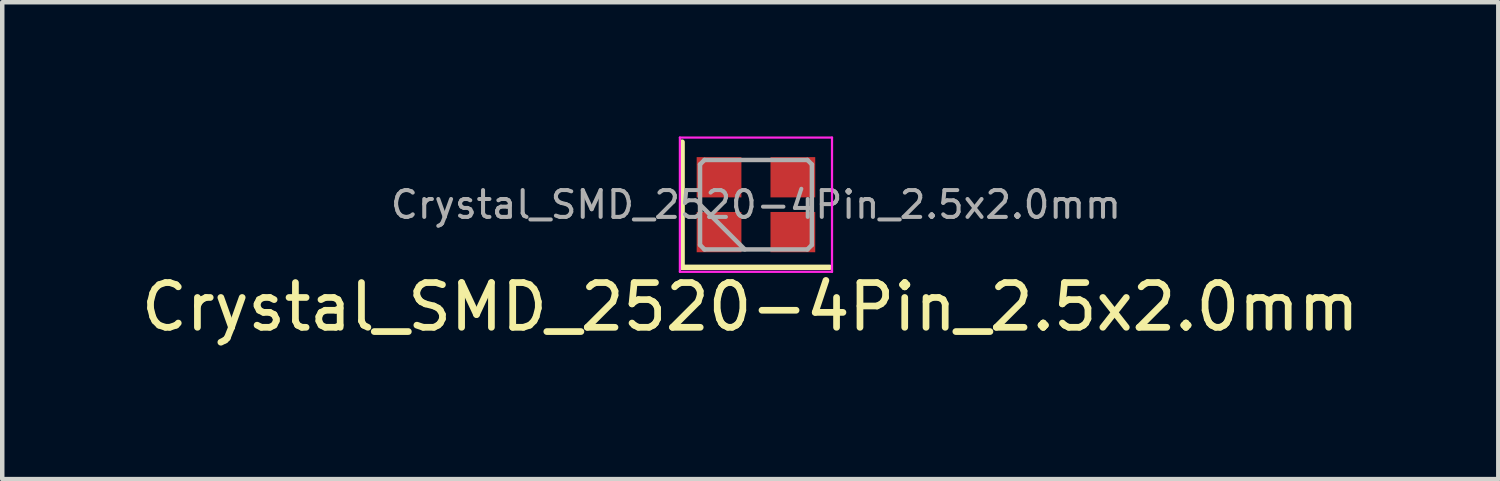
<source format=kicad_pcb>
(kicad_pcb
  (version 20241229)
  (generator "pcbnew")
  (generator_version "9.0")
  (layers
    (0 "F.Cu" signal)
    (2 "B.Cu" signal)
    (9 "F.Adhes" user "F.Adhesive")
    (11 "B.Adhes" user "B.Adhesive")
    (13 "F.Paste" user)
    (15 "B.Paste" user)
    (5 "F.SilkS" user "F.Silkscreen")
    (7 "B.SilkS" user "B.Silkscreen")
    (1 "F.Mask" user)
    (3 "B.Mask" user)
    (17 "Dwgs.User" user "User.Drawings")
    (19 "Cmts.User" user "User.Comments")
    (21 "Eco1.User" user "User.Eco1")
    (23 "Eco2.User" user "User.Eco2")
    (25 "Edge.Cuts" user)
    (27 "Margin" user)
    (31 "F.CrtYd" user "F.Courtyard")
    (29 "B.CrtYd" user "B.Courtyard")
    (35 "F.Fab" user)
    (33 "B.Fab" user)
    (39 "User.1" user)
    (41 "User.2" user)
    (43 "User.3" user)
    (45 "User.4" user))
  (footprint "Crystal_SMD_2520-4Pin_2.5x2.0mm"
    (layer "F.Cu")
    (at 13.847 1.525)
    (property "Reference" "Crystal_SMD_2520-4Pin_2.5x2.0mm" (at -0.127 2.286 0) (layer "F.SilkS") (effects (font (size 1 1) (thickness 0.15))))
    (attr smd)
    (fp_line (start -1.65 -1.4) (end -1.65 1.4) (stroke (width 0.12) (type solid)) (layer "F.SilkS"))
    (fp_line (start -1.65 1.4) (end 1.65 1.4) (stroke (width 0.12) (type solid)) (layer "F.SilkS"))
    (fp_line (start -1.7 -1.5) (end -1.7 1.5) (stroke (width 0.05) (type solid)) (layer "F.CrtYd"))
    (fp_line (start -1.7 1.5) (end 1.7 1.5) (stroke (width 0.05) (type solid)) (layer "F.CrtYd"))
    (fp_line (start 1.7 -1.5) (end -1.7 -1.5) (stroke (width 0.05) (type solid)) (layer "F.CrtYd"))
    (fp_line (start 1.7 1.5) (end 1.7 -1.5) (stroke (width 0.05) (type solid)) (layer "F.CrtYd"))
    (fp_line (start -1.25 -0.9) (end -1.15 -1) (stroke (width 0.1) (type solid)) (layer "F.Fab"))
    (fp_line (start -1.25 0) (end -0.25 1) (stroke (width 0.1) (type solid)) (layer "F.Fab"))
    (fp_line (start -1.25 0.9) (end -1.25 -0.9) (stroke (width 0.1) (type solid)) (layer "F.Fab"))
    (fp_line (start -1.15 -1) (end 1.15 -1) (stroke (width 0.1) (type solid)) (layer "F.Fab"))
    (fp_line (start -1.15 1) (end -1.25 0.9) (stroke (width 0.1) (type solid)) (layer "F.Fab"))
    (fp_line (start 1.15 -1) (end 1.25 -0.9) (stroke (width 0.1) (type solid)) (layer "F.Fab"))
    (fp_line (start 1.15 1) (end -1.15 1) (stroke (width 0.1) (type solid)) (layer "F.Fab"))
    (fp_line (start 1.25 -0.9) (end 1.25 0.9) (stroke (width 0.1) (type solid)) (layer "F.Fab"))
    (fp_line (start 1.25 0.9) (end 1.15 1) (stroke (width 0.1) (type solid)) (layer "F.Fab"))
    (fp_text user "${REFERENCE}" (at 0 0 0) (layer "F.Fab") (effects (font (size 0.6 0.6) (thickness 0.09))))
    (pad "1" smd rect (at 0.825 -0.613) (size 1 0.9) (layers "F.Cu" "F.Mask" "F.Paste"))
    (pad "2" smd rect (at -0.825 -0.613) (size 1 0.9) (layers "F.Cu" "F.Mask" "F.Paste"))
    (pad "3" smd rect (at -0.825 0.613) (size 1 0.9) (layers "F.Cu" "F.Mask" "F.Paste"))
    (pad "4" smd rect (at 0.825 0.613) (size 1 0.9) (layers "F.Cu" "F.Mask" "F.Paste")))
  (gr_rect
    (start -3 -3)
    (end 30.44 7.659)
    (stroke (width 0.1) (type default))
    (fill no)
    (layer "Edge.Cuts")))
</source>
